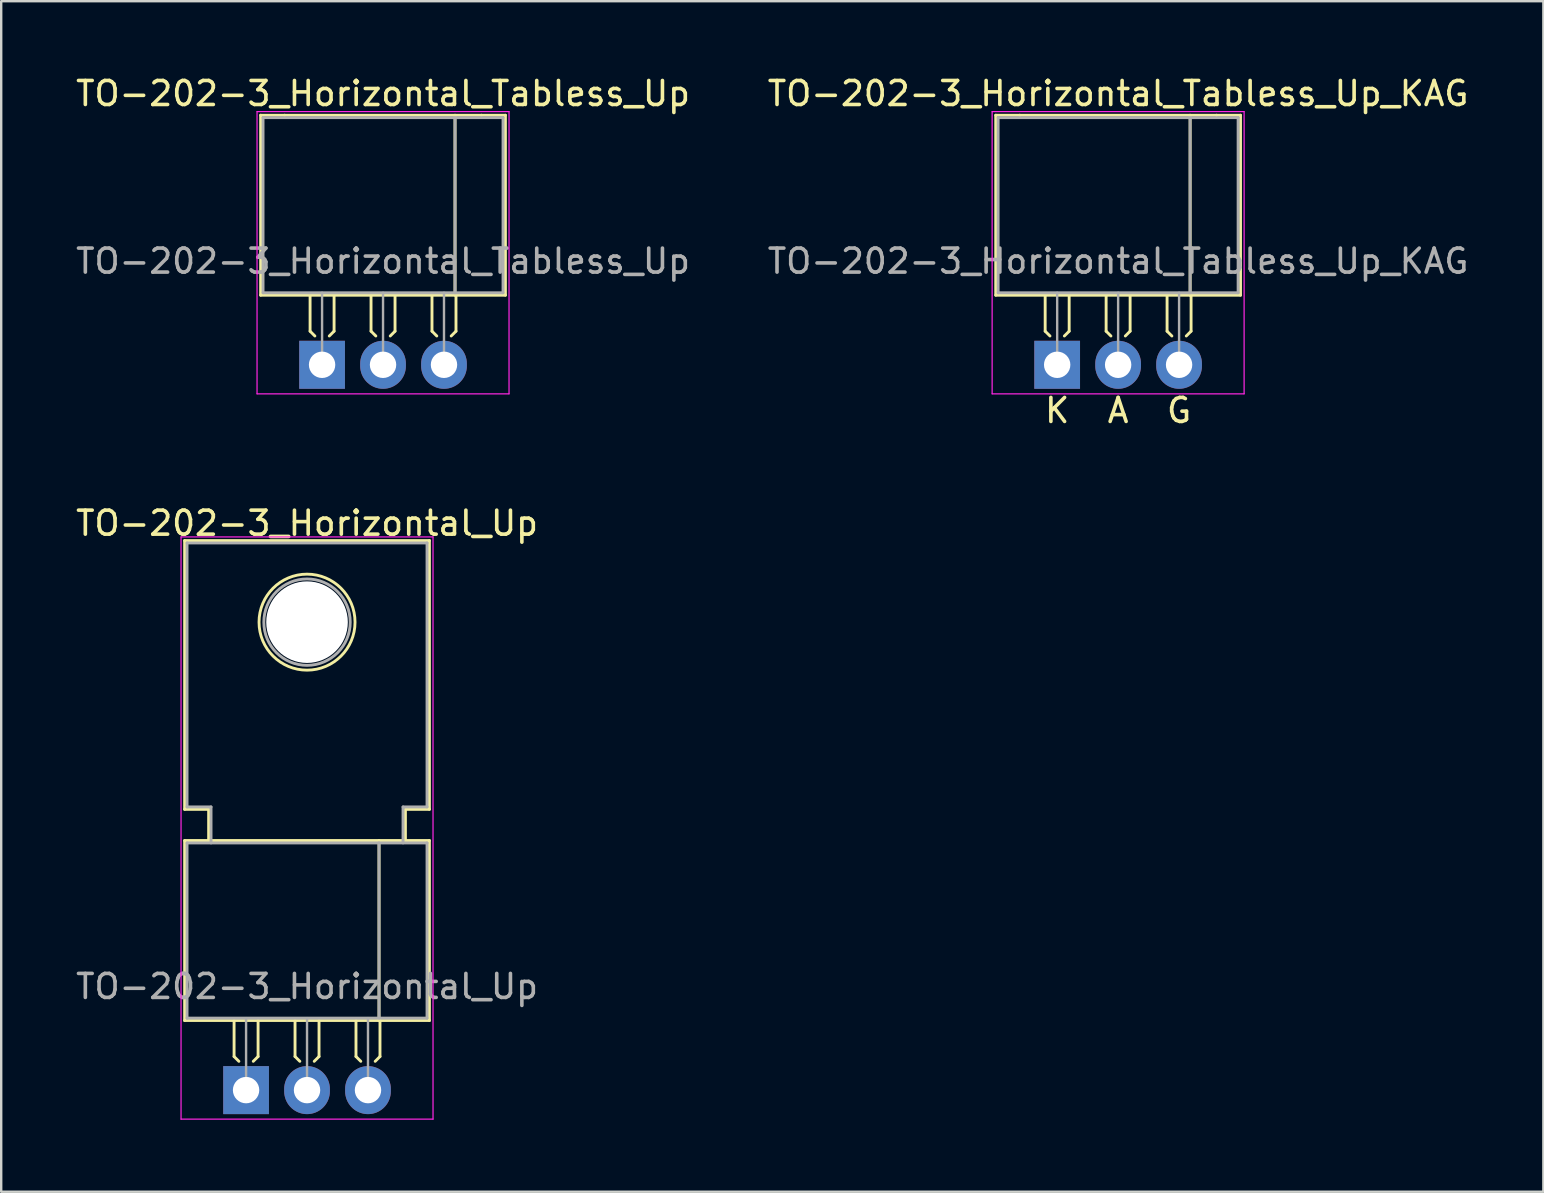
<source format=kicad_pcb>
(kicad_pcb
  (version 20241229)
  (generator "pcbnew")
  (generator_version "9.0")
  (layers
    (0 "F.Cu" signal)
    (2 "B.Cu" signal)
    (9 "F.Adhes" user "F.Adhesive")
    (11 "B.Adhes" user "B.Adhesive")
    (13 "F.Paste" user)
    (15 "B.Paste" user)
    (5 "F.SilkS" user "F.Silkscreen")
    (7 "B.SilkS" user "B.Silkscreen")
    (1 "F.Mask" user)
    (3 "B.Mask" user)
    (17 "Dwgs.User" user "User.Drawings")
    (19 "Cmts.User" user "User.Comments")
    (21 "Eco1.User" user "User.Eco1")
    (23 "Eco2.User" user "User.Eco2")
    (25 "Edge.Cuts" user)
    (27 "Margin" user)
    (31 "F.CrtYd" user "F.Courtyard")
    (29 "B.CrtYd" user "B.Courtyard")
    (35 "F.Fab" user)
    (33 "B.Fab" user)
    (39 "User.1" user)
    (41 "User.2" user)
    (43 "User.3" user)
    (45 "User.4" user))
  (footprint "TO-202-3_Horizontal_Up"
    (layer "F.Cu")
    (at 7.204 42.375)
    (property "Reference" "TO-202-3_Horizontal_Up" (at 2.54 -23.622 0) (layer "F.SilkS") (effects (font (size 1 1) (thickness 0.15))))
    (attr through_hole)
    (fp_line (start -2.56 -22.9) (end 7.64 -22.9) (stroke (width 0.12) (type solid)) (layer "F.SilkS"))
    (fp_line (start -2.56 -11.7) (end -2.56 -22.9) (stroke (width 0.12) (type solid)) (layer "F.SilkS"))
    (fp_line (start -2.56 -10.4) (end -1.56 -10.4) (stroke (width 0.12) (type solid)) (layer "F.SilkS"))
    (fp_line (start -2.56 -2.9) (end -2.56 -10.4) (stroke (width 0.12) (type solid)) (layer "F.SilkS"))
    (fp_line (start -1.56 -11.7) (end -2.56 -11.7) (stroke (width 0.12) (type solid)) (layer "F.SilkS"))
    (fp_line (start -1.56 -10.4) (end -1.56 -11.7) (stroke (width 0.12) (type solid)) (layer "F.SilkS"))
    (fp_line (start -1.56 -10.4) (end 6.64 -10.4) (stroke (width 0.12) (type solid)) (layer "F.SilkS"))
    (fp_line (start -0.5 -2.9) (end -0.5 -1.4) (stroke (width 0.12) (type solid)) (layer "F.SilkS"))
    (fp_line (start -0.5 -1.4) (end -0.3 -1.2) (stroke (width 0.12) (type solid)) (layer "F.SilkS"))
    (fp_line (start 0.5 -2.9) (end 0.5 -1.4) (stroke (width 0.12) (type solid)) (layer "F.SilkS"))
    (fp_line (start 0.5 -1.4) (end 0.3 -1.2) (stroke (width 0.12) (type solid)) (layer "F.SilkS"))
    (fp_line (start 2.04 -2.9) (end 2.04 -1.4) (stroke (width 0.12) (type solid)) (layer "F.SilkS"))
    (fp_line (start 2.04 -1.4) (end 2.24 -1.2) (stroke (width 0.12) (type solid)) (layer "F.SilkS"))
    (fp_line (start 3.04 -2.9) (end 3.04 -1.4) (stroke (width 0.12) (type solid)) (layer "F.SilkS"))
    (fp_line (start 3.04 -1.4) (end 2.84 -1.2) (stroke (width 0.12) (type solid)) (layer "F.SilkS"))
    (fp_line (start 4.58 -2.9) (end 4.58 -1.4) (stroke (width 0.12) (type solid)) (layer "F.SilkS"))
    (fp_line (start 4.58 -1.4) (end 4.78 -1.2) (stroke (width 0.12) (type solid)) (layer "F.SilkS"))
    (fp_line (start 5.54 -10.4) (end 5.54 -2.9) (stroke (width 0.12) (type solid)) (layer "F.SilkS"))
    (fp_line (start 5.58 -2.9) (end 5.58 -1.4) (stroke (width 0.12) (type solid)) (layer "F.SilkS"))
    (fp_line (start 5.58 -1.4) (end 5.38 -1.2) (stroke (width 0.12) (type solid)) (layer "F.SilkS"))
    (fp_line (start 6.64 -11.7) (end 6.64 -10.4) (stroke (width 0.12) (type solid)) (layer "F.SilkS"))
    (fp_line (start 6.64 -10.4) (end 7.64 -10.4) (stroke (width 0.12) (type solid)) (layer "F.SilkS"))
    (fp_line (start 7.64 -22.9) (end 7.64 -11.7) (stroke (width 0.12) (type solid)) (layer "F.SilkS"))
    (fp_line (start 7.64 -11.7) (end 6.64 -11.7) (stroke (width 0.12) (type solid)) (layer "F.SilkS"))
    (fp_line (start 7.64 -10.4) (end 7.64 -2.9) (stroke (width 0.12) (type solid)) (layer "F.SilkS"))
    (fp_line (start 7.64 -2.9) (end -2.56 -2.9) (stroke (width 0.12) (type solid)) (layer "F.SilkS"))
    (fp_circle (center 2.54 -19.5) (end 4.54 -19.5) (stroke (width 0.12) (type solid)) (fill no) (layer "F.SilkS"))
    (fp_line (start -2.71 -23.05) (end -2.71 1.21) (stroke (width 0.05) (type solid)) (layer "F.CrtYd"))
    (fp_line (start -2.71 1.21) (end 7.79 1.21) (stroke (width 0.05) (type solid)) (layer "F.CrtYd"))
    (fp_line (start 7.79 -23.05) (end -2.71 -23.05) (stroke (width 0.05) (type solid)) (layer "F.CrtYd"))
    (fp_line (start 7.79 1.21) (end 7.79 -23.05) (stroke (width 0.05) (type solid)) (layer "F.CrtYd"))
    (fp_line (start -2.46 -22.8) (end 7.54 -22.8) (stroke (width 0.12) (type solid)) (layer "F.Fab"))
    (fp_line (start -2.46 -11.8) (end -2.46 -22.8) (stroke (width 0.12) (type solid)) (layer "F.Fab"))
    (fp_line (start -2.46 -10.3) (end -2.46 -3) (stroke (width 0.12) (type solid)) (layer "F.Fab"))
    (fp_line (start -2.46 -3) (end 7.54 -3) (stroke (width 0.12) (type solid)) (layer "F.Fab"))
    (fp_line (start -1.46 -11.8) (end -2.46 -11.8) (stroke (width 0.12) (type solid)) (layer "F.Fab"))
    (fp_line (start -1.46 -10.3) (end -1.46 -11.8) (stroke (width 0.12) (type solid)) (layer "F.Fab"))
    (fp_line (start 0 0) (end 0 -3) (stroke (width 0.1) (type solid)) (layer "F.Fab"))
    (fp_line (start 2.54 0) (end 2.54 -3) (stroke (width 0.1) (type solid)) (layer "F.Fab"))
    (fp_line (start 5.08 0) (end 5.08 -3) (stroke (width 0.1) (type solid)) (layer "F.Fab"))
    (fp_line (start 5.54 -3) (end 5.54 -10.3) (stroke (width 0.12) (type solid)) (layer "F.Fab"))
    (fp_line (start 6.54 -11.8) (end 6.54 -10.3) (stroke (width 0.12) (type solid)) (layer "F.Fab"))
    (fp_line (start 7.54 -22.8) (end 7.54 -11.8) (stroke (width 0.12) (type solid)) (layer "F.Fab"))
    (fp_line (start 7.54 -11.8) (end 6.54 -11.8) (stroke (width 0.12) (type solid)) (layer "F.Fab"))
    (fp_line (start 7.54 -10.3) (end -2.46 -10.3) (stroke (width 0.12) (type solid)) (layer "F.Fab"))
    (fp_line (start 7.54 -3) (end 7.54 -10.3) (stroke (width 0.12) (type solid)) (layer "F.Fab"))
    (fp_circle (center 2.54 -19.5) (end 4.34 -19.5) (stroke (width 0.12) (type solid)) (fill no) (layer "F.Fab"))
    (fp_text user "${REFERENCE}" (at 2.54 -4.318 0) (layer "F.Fab") (effects (font (size 1 1) (thickness 0.15))))
    (pad "" np_thru_hole circle (at 2.54 -19.5) (size 3.4 3.4) (drill 3.4) (layers "*.Cu" "*.Mask"))
    (pad "1" thru_hole rect (at 0 0) (size 1.905 2) (drill 1.1) (layers "*.Cu" "*.Mask"))
    (pad "2" thru_hole oval (at 2.54 0) (size 1.905 2) (drill 1.1) (layers "*.Cu" "*.Mask"))
    (pad "3" thru_hole oval (at 5.08 0) (size 1.905 2) (drill 1.1) (layers "*.Cu" "*.Mask")))
  (footprint "TO-202-3_Horizontal_Tabless_Up_KAG"
    (layer "F.Cu")
    (at 41.002 12.151)
    (property "Reference" "TO-202-3_Horizontal_Tabless_Up_KAG" (at 2.54 -11.303 0) (layer "F.SilkS") (effects (font (size 1 1) (thickness 0.15))))
    (fp_line (start -2.56 -10.4) (end -1.56 -10.4) (stroke (width 0.12) (type solid)) (layer "F.SilkS"))
    (fp_line (start -2.56 -2.9) (end -2.56 -10.4) (stroke (width 0.12) (type solid)) (layer "F.SilkS"))
    (fp_line (start -1.56 -10.4) (end 6.64 -10.4) (stroke (width 0.12) (type solid)) (layer "F.SilkS"))
    (fp_line (start -0.5 -2.9) (end -0.5 -1.4) (stroke (width 0.12) (type solid)) (layer "F.SilkS"))
    (fp_line (start -0.5 -1.4) (end -0.3 -1.2) (stroke (width 0.12) (type solid)) (layer "F.SilkS"))
    (fp_line (start 0.5 -2.9) (end 0.5 -1.4) (stroke (width 0.12) (type solid)) (layer "F.SilkS"))
    (fp_line (start 0.5 -1.4) (end 0.3 -1.2) (stroke (width 0.12) (type solid)) (layer "F.SilkS"))
    (fp_line (start 2.04 -2.9) (end 2.04 -1.4) (stroke (width 0.12) (type solid)) (layer "F.SilkS"))
    (fp_line (start 2.04 -1.4) (end 2.24 -1.2) (stroke (width 0.12) (type solid)) (layer "F.SilkS"))
    (fp_line (start 3.04 -2.9) (end 3.04 -1.4) (stroke (width 0.12) (type solid)) (layer "F.SilkS"))
    (fp_line (start 3.04 -1.4) (end 2.84 -1.2) (stroke (width 0.12) (type solid)) (layer "F.SilkS"))
    (fp_line (start 4.58 -2.9) (end 4.58 -1.4) (stroke (width 0.12) (type solid)) (layer "F.SilkS"))
    (fp_line (start 4.58 -1.4) (end 4.78 -1.2) (stroke (width 0.12) (type solid)) (layer "F.SilkS"))
    (fp_line (start 5.54 -10.4) (end 5.54 -2.9) (stroke (width 0.12) (type solid)) (layer "F.SilkS"))
    (fp_line (start 5.58 -2.9) (end 5.58 -1.4) (stroke (width 0.12) (type solid)) (layer "F.SilkS"))
    (fp_line (start 5.58 -1.4) (end 5.38 -1.2) (stroke (width 0.12) (type solid)) (layer "F.SilkS"))
    (fp_line (start 6.64 -10.4) (end 7.64 -10.4) (stroke (width 0.12) (type solid)) (layer "F.SilkS"))
    (fp_line (start 7.64 -10.4) (end 7.64 -2.9) (stroke (width 0.12) (type solid)) (layer "F.SilkS"))
    (fp_line (start 7.64 -2.9) (end -2.56 -2.9) (stroke (width 0.12) (type solid)) (layer "F.SilkS"))
    (fp_line (start -2.71 -10.55) (end -2.71 1.21) (stroke (width 0.05) (type solid)) (layer "F.CrtYd"))
    (fp_line (start -2.71 1.21) (end 7.79 1.21) (stroke (width 0.05) (type solid)) (layer "F.CrtYd"))
    (fp_line (start 7.79 -10.55) (end -2.71 -10.55) (stroke (width 0.05) (type solid)) (layer "F.CrtYd"))
    (fp_line (start 7.79 1.21) (end 7.79 -10.55) (stroke (width 0.05) (type solid)) (layer "F.CrtYd"))
    (fp_line (start -2.46 -10.3) (end -2.46 -3) (stroke (width 0.12) (type solid)) (layer "F.Fab"))
    (fp_line (start -2.46 -3) (end 7.54 -3) (stroke (width 0.12) (type solid)) (layer "F.Fab"))
    (fp_line (start 0 0) (end 0 -3) (stroke (width 0.1) (type solid)) (layer "F.Fab"))
    (fp_line (start 2.54 0) (end 2.54 -3) (stroke (width 0.1) (type solid)) (layer "F.Fab"))
    (fp_line (start 5.08 0) (end 5.08 -3) (stroke (width 0.1) (type solid)) (layer "F.Fab"))
    (fp_line (start 5.54 -3) (end 5.54 -10.3) (stroke (width 0.12) (type solid)) (layer "F.Fab"))
    (fp_line (start 7.54 -10.3) (end -2.46 -10.3) (stroke (width 0.12) (type solid)) (layer "F.Fab"))
    (fp_line (start 7.54 -3) (end 7.54 -10.3) (stroke (width 0.12) (type solid)) (layer "F.Fab"))
    (fp_text user "K" (at 0 1.905 0) (unlocked yes) (layer "F.SilkS") (effects (font (size 1 1) (thickness 0.15))))
    (fp_text user "A" (at 2.54 1.905 0) (unlocked yes) (layer "F.SilkS") (effects (font (size 1 1) (thickness 0.15))))
    (fp_text user "G" (at 5.08 1.905 0) (unlocked yes) (layer "F.SilkS") (effects (font (size 1 1) (thickness 0.15))))
    (fp_text user "${REFERENCE}" (at 2.54 -4.318 0) (layer "F.Fab") (effects (font (size 1 1) (thickness 0.15))))
    (pad "1" thru_hole rect (at 0 0) (size 1.905 2) (drill 1.1) (layers "*.Cu" "*.Mask"))
    (pad "2" thru_hole oval (at 2.54 0) (size 1.905 2) (drill 1.1) (layers "*.Cu" "*.Mask"))
    (pad "3" thru_hole oval (at 5.08 0) (size 1.905 2) (drill 1.1) (layers "*.Cu" "*.Mask")))
  (footprint "TO-202-3_Horizontal_Tabless_Up"
    (layer "F.Cu")
    (at 10.371 12.151)
    (property "Reference" "TO-202-3_Horizontal_Tabless_Up" (at 2.54 -11.303 0) (layer "F.SilkS") (effects (font (size 1 1) (thickness 0.15))))
    (attr through_hole)
    (fp_line (start -2.56 -10.4) (end -1.56 -10.4) (stroke (width 0.12) (type solid)) (layer "F.SilkS"))
    (fp_line (start -2.56 -2.9) (end -2.56 -10.4) (stroke (width 0.12) (type solid)) (layer "F.SilkS"))
    (fp_line (start -1.56 -10.4) (end 6.64 -10.4) (stroke (width 0.12) (type solid)) (layer "F.SilkS"))
    (fp_line (start -0.5 -2.9) (end -0.5 -1.4) (stroke (width 0.12) (type solid)) (layer "F.SilkS"))
    (fp_line (start -0.5 -1.4) (end -0.3 -1.2) (stroke (width 0.12) (type solid)) (layer "F.SilkS"))
    (fp_line (start 0.5 -2.9) (end 0.5 -1.4) (stroke (width 0.12) (type solid)) (layer "F.SilkS"))
    (fp_line (start 0.5 -1.4) (end 0.3 -1.2) (stroke (width 0.12) (type solid)) (layer "F.SilkS"))
    (fp_line (start 2.04 -2.9) (end 2.04 -1.4) (stroke (width 0.12) (type solid)) (layer "F.SilkS"))
    (fp_line (start 2.04 -1.4) (end 2.24 -1.2) (stroke (width 0.12) (type solid)) (layer "F.SilkS"))
    (fp_line (start 3.04 -2.9) (end 3.04 -1.4) (stroke (width 0.12) (type solid)) (layer "F.SilkS"))
    (fp_line (start 3.04 -1.4) (end 2.84 -1.2) (stroke (width 0.12) (type solid)) (layer "F.SilkS"))
    (fp_line (start 4.58 -2.9) (end 4.58 -1.4) (stroke (width 0.12) (type solid)) (layer "F.SilkS"))
    (fp_line (start 4.58 -1.4) (end 4.78 -1.2) (stroke (width 0.12) (type solid)) (layer "F.SilkS"))
    (fp_line (start 5.54 -10.4) (end 5.54 -2.9) (stroke (width 0.12) (type solid)) (layer "F.SilkS"))
    (fp_line (start 5.58 -2.9) (end 5.58 -1.4) (stroke (width 0.12) (type solid)) (layer "F.SilkS"))
    (fp_line (start 5.58 -1.4) (end 5.38 -1.2) (stroke (width 0.12) (type solid)) (layer "F.SilkS"))
    (fp_line (start 6.64 -10.4) (end 7.64 -10.4) (stroke (width 0.12) (type solid)) (layer "F.SilkS"))
    (fp_line (start 7.64 -10.4) (end 7.64 -2.9) (stroke (width 0.12) (type solid)) (layer "F.SilkS"))
    (fp_line (start 7.64 -2.9) (end -2.56 -2.9) (stroke (width 0.12) (type solid)) (layer "F.SilkS"))
    (fp_line (start -2.71 -10.55) (end -2.71 1.21) (stroke (width 0.05) (type solid)) (layer "F.CrtYd"))
    (fp_line (start -2.71 1.21) (end 7.79 1.21) (stroke (width 0.05) (type solid)) (layer "F.CrtYd"))
    (fp_line (start 7.79 -10.55) (end -2.71 -10.55) (stroke (width 0.05) (type solid)) (layer "F.CrtYd"))
    (fp_line (start 7.79 1.21) (end 7.79 -10.55) (stroke (width 0.05) (type solid)) (layer "F.CrtYd"))
    (fp_line (start -2.46 -10.3) (end -2.46 -3) (stroke (width 0.12) (type solid)) (layer "F.Fab"))
    (fp_line (start -2.46 -3) (end 7.54 -3) (stroke (width 0.12) (type solid)) (layer "F.Fab"))
    (fp_line (start 0 0) (end 0 -3) (stroke (width 0.1) (type solid)) (layer "F.Fab"))
    (fp_line (start 2.54 0) (end 2.54 -3) (stroke (width 0.1) (type solid)) (layer "F.Fab"))
    (fp_line (start 5.08 0) (end 5.08 -3) (stroke (width 0.1) (type solid)) (layer "F.Fab"))
    (fp_line (start 5.54 -3) (end 5.54 -10.3) (stroke (width 0.12) (type solid)) (layer "F.Fab"))
    (fp_line (start 7.54 -10.3) (end -2.46 -10.3) (stroke (width 0.12) (type solid)) (layer "F.Fab"))
    (fp_line (start 7.54 -3) (end 7.54 -10.3) (stroke (width 0.12) (type solid)) (layer "F.Fab"))
    (fp_text user "${REFERENCE}" (at 2.54 -4.318 0) (layer "F.Fab") (effects (font (size 1 1) (thickness 0.15))))
    (pad "1" thru_hole rect (at 0 0) (size 1.905 2) (drill 1.1) (layers "*.Cu" "*.Mask"))
    (pad "2" thru_hole oval (at 2.54 0) (size 1.905 2) (drill 1.1) (layers "*.Cu" "*.Mask"))
    (pad "3" thru_hole oval (at 5.08 0) (size 1.905 2) (drill 1.1) (layers "*.Cu" "*.Mask")))
  (gr_rect
    (start -3 -3)
    (end 61.262 46.61)
    (stroke (width 0.1) (type default))
    (fill no)
    (layer "Edge.Cuts")))
</source>
